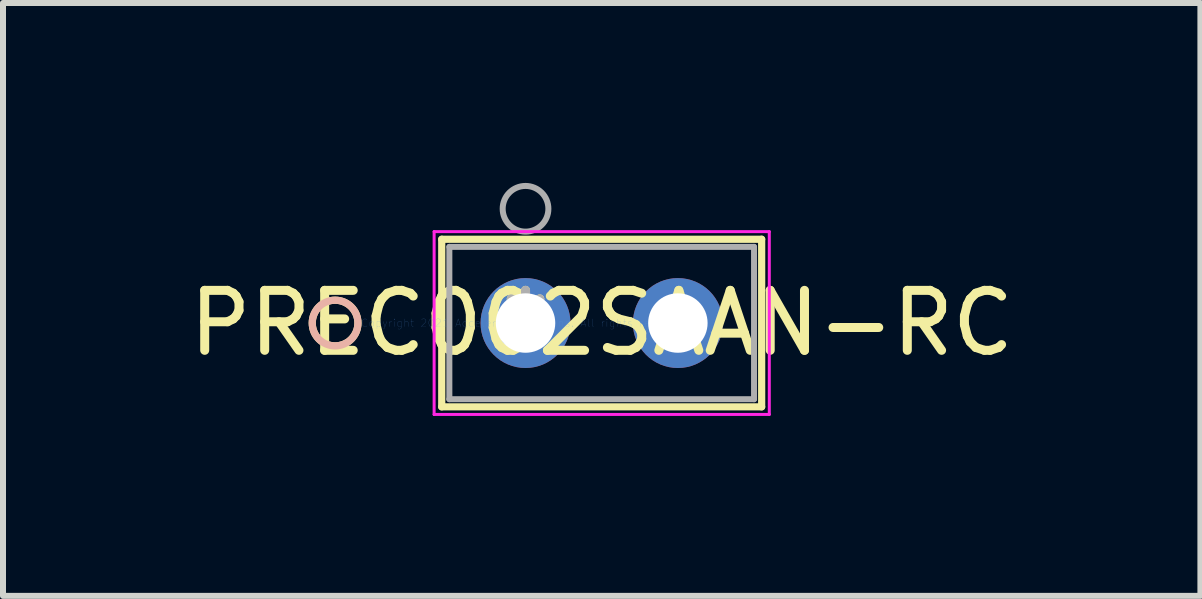
<source format=kicad_pcb>
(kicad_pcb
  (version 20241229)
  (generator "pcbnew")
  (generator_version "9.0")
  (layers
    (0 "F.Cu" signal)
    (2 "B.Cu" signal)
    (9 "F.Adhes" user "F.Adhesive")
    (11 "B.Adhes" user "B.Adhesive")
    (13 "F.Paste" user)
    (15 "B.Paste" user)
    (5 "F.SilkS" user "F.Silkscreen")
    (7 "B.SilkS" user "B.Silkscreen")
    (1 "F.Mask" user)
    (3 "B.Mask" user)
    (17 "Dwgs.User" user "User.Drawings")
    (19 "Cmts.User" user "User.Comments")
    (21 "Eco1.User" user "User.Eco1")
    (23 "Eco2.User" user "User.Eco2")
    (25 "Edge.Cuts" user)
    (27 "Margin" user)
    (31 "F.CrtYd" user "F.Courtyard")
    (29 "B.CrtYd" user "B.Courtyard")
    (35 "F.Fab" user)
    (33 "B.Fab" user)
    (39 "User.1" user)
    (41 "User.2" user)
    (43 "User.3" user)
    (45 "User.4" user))
  (footprint "PREC002SAAN-RC"
    (layer "F.Cu")
    (at 5.712 2.336)
    (property "Reference" "PREC002SAAN-RC" (at 1.27 0 0) (layer "F.SilkS") (effects (font (size 1 1) (thickness 0.15))))
    (attr through_hole)
    (fp_line (start -1.397 -1.397) (end -1.397 1.397) (stroke (width 0.12) (type solid)) (layer "F.SilkS"))
    (fp_line (start -1.397 1.397) (end 3.937 1.397) (stroke (width 0.12) (type solid)) (layer "F.SilkS"))
    (fp_line (start 3.937 -1.397) (end -1.397 -1.397) (stroke (width 0.12) (type solid)) (layer "F.SilkS"))
    (fp_line (start 3.937 1.397) (end 3.937 -1.397) (stroke (width 0.12) (type solid)) (layer "F.SilkS"))
    (fp_circle (center -3.175 0) (end -2.794 0) (stroke (width 0.12) (type solid)) (fill no) (layer "F.SilkS"))
    (fp_circle (center -3.175 0) (end -2.794 0) (stroke (width 0.12) (type solid)) (fill no) (layer "B.SilkS"))
    (fp_line (start -1.524 -1.524) (end -1.524 1.524) (stroke (width 0.05) (type solid)) (layer "F.CrtYd"))
    (fp_line (start -1.524 1.524) (end 4.064 1.524) (stroke (width 0.05) (type solid)) (layer "F.CrtYd"))
    (fp_line (start 4.064 -1.524) (end -1.524 -1.524) (stroke (width 0.05) (type solid)) (layer "F.CrtYd"))
    (fp_line (start 4.064 1.524) (end 4.064 -1.524) (stroke (width 0.05) (type solid)) (layer "F.CrtYd"))
    (fp_line (start -1.27 -1.27) (end -1.27 1.27) (stroke (width 0.1) (type solid)) (layer "F.Fab"))
    (fp_line (start -1.27 1.27) (end 3.81 1.27) (stroke (width 0.1) (type solid)) (layer "F.Fab"))
    (fp_line (start 3.81 -1.27) (end -1.27 -1.27) (stroke (width 0.1) (type solid)) (layer "F.Fab"))
    (fp_line (start 3.81 1.27) (end 3.81 -1.27) (stroke (width 0.1) (type solid)) (layer "F.Fab"))
    (fp_circle (center 0 -1.905) (end 0.381 -1.905) (stroke (width 0.1) (type solid)) (fill no) (layer "F.Fab"))
    (fp_text user "*" (at 0 0 0) (layer "F.SilkS") (effects (font (size 1 1) (thickness 0.15))))
    (fp_text user "Copyright 2021 Accelerated Designs. All rights reserved." (at 0 0 0) (layer "Cmts.User") (effects (font (size 0.127 0.127) (thickness 0.002))))
    (fp_text user "*" (at 0 0 0) (layer "F.Fab") (effects (font (size 1 1) (thickness 0.15))))
    (pad "1" thru_hole circle (at 0 0) (size 1.499 1.499) (drill 0.991) (layers "*.Cu" "*.Mask"))
    (pad "2" thru_hole circle (at 2.54 0) (size 1.499 1.499) (drill 0.991) (layers "*.Cu" "*.Mask")))
  (gr_rect
    (start -3 -3)
    (end 16.964 6.885)
    (stroke (width 0.1) (type default))
    (fill no)
    (layer "Edge.Cuts")))
</source>
